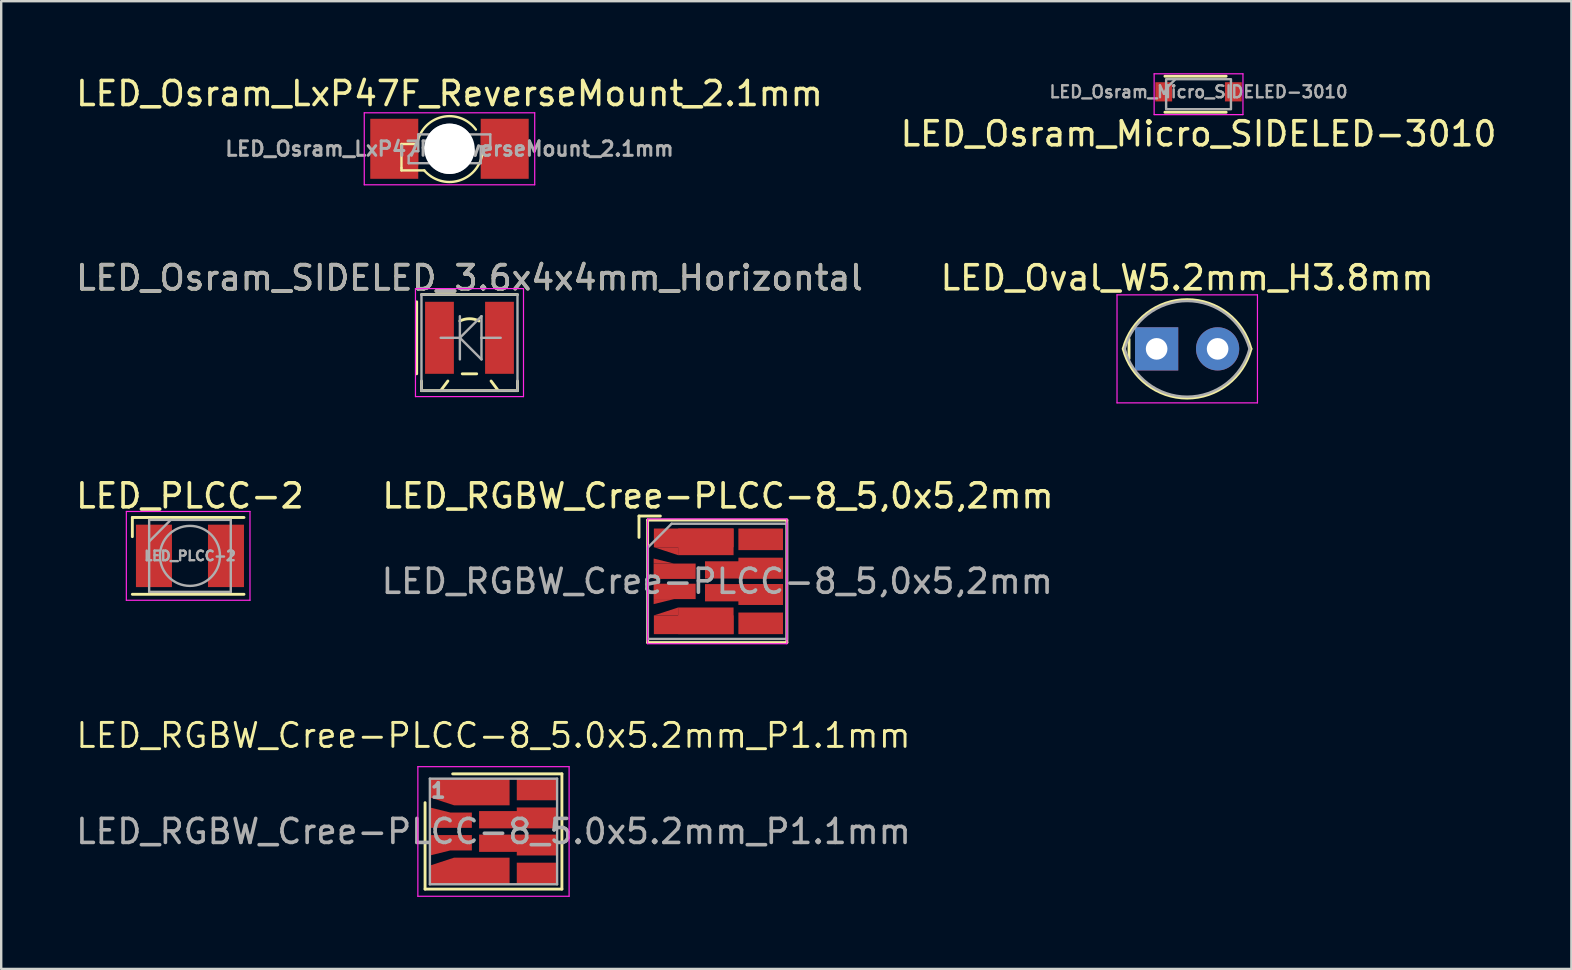
<source format=kicad_pcb>
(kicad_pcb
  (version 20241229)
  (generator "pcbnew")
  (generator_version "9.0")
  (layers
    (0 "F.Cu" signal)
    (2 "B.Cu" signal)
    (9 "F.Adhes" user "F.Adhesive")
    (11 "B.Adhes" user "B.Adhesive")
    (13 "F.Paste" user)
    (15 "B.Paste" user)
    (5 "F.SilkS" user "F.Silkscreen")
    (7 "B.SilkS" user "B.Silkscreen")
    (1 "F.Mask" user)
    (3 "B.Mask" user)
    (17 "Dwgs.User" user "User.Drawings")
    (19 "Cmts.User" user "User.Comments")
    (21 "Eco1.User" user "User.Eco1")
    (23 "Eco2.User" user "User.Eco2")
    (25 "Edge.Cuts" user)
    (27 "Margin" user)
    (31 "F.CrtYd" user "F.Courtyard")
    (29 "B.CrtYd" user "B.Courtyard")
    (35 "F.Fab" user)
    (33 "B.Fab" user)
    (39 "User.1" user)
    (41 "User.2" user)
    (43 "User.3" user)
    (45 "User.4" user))
  (footprint "LED_RGBW_Cree-PLCC-8_5.0x5.2mm_P1.1mm"
    (layer "F.Cu")
    (at 17.506 31.585)
    (property "Reference" "LED_RGBW_Cree-PLCC-8_5.0x5.2mm_P1.1mm" (at 0 -4 0) (layer "F.SilkS") (effects (font (size 1 1) (thickness 0.12))))
    (attr smd)
    (fp_line (start -2.85 2.4) (end -2.85 -1.2) (stroke (width 0.12) (type solid)) (layer "F.SilkS"))
    (fp_line (start -1.7 -2.4) (end 2.85 -2.4) (stroke (width 0.12) (type solid)) (layer "F.SilkS"))
    (fp_line (start 2.85 -2.4) (end 2.85 2.4) (stroke (width 0.12) (type solid)) (layer "F.SilkS"))
    (fp_line (start 2.85 2.4) (end -2.85 2.4) (stroke (width 0.12) (type solid)) (layer "F.SilkS"))
    (fp_line (start -3.15 -2.7) (end 3.15 -2.7) (stroke (width 0.05) (type solid)) (layer "F.CrtYd"))
    (fp_line (start -3.15 2.7) (end -3.15 -2.7) (stroke (width 0.05) (type solid)) (layer "F.CrtYd"))
    (fp_line (start 3.15 -2.7) (end 3.15 2.7) (stroke (width 0.05) (type solid)) (layer "F.CrtYd"))
    (fp_line (start 3.15 2.7) (end -3.15 2.7) (stroke (width 0.05) (type solid)) (layer "F.CrtYd"))
    (fp_line (start -2.65 -2.2) (end 2.65 -2.2) (stroke (width 0.1) (type solid)) (layer "F.Fab"))
    (fp_line (start -2.65 2.2) (end -2.65 -2.2) (stroke (width 0.1) (type solid)) (layer "F.Fab"))
    (fp_line (start 2.65 -2.2) (end 2.65 2.2) (stroke (width 0.1) (type solid)) (layer "F.Fab"))
    (fp_line (start 2.65 2.2) (end -2.65 2.2) (stroke (width 0.1) (type solid)) (layer "F.Fab"))
    (fp_text user "1" (at -2.3 -1.7 0) (layer "F.Fab") (effects (font (size 0.6 0.6) (thickness 0.15))))
    (fp_text user "${REFERENCE}" (at 0 0 0) (layer "F.Fab") (effects (font (size 1 1) (thickness 0.15))))
    (pad "1" smd custom (at -1.8 -1.75) (size 0.1 0.1) (layers "F.Cu" "F.Mask" "F.Paste") (options (anchor circle)) (primitives (gr_poly (pts (xy 2.47 -0.45) (xy 2.47 0.66) (xy 0.16 0.66) (xy -0.85 0.33) (xy -0.85 -0.45)) (width 0) (fill yes))))
    (pad "2" smd custom (at -1.8 -0.435) (size 0.1 0.1) (layers "F.Cu" "F.Mask" "F.Paste") (options (anchor circle)) (primitives (gr_poly (pts (xy -0.85 0.285) (xy 0.9 0.285) (xy 0.9 -0.355) (xy 0 -0.355) (xy -0.85 -0.565)) (width 0) (fill yes))))
    (pad "3" smd custom (at -1.8 0.435) (size 0.1 0.1) (layers "F.Cu" "F.Mask" "F.Paste") (options (anchor circle)) (primitives (gr_poly (pts (xy -0.85 -0.285) (xy -0.85 0.565) (xy 0 0.355) (xy 0.9 0.355) (xy 0.9 -0.285) (xy 0.9 0.355) (xy 0.9 -0.285)) (width 0) (fill yes))))
    (pad "4" smd custom (at -1.8 1.75) (size 0.1 0.1) (layers "F.Cu" "F.Mask" "F.Paste") (options (anchor circle)) (primitives (gr_poly (pts (xy 2.47 0.45) (xy 2.47 -0.66) (xy 0.16 -0.66) (xy -0.85 -0.33) (xy -0.85 0.45)) (width 0) (fill yes))))
    (pad "5" smd custom (at 1.8 1.75) (size 0.1 0.1) (layers "F.Cu" "F.Mask" "F.Paste") (options (anchor circle)) (primitives (gr_poly (pts (xy 0.85 -0.45) (xy 0.85 0.45) (xy -0.83 0.45) (xy -0.83 -0.45)) (width 0) (fill yes))))
    (pad "6" smd custom (at 1.8 0.435) (size 0.1 0.1) (layers "F.Cu" "F.Mask" "F.Paste") (options (anchor circle)) (primitives (gr_poly (pts (xy 0.85 -0.305) (xy 0.85 0.565) (xy -0.83 0.565) (xy -0.83 0.415) (xy -2.4 0.415) (xy -2.4 -0.305) (xy -2.4 0.415) (xy -2.4 -0.305)) (width 0) (fill yes))))
    (pad "7" smd custom (at 1.8 -0.435) (size 0.1 0.1) (layers "F.Cu" "F.Mask" "F.Paste") (options (anchor circle)) (primitives (gr_poly (pts (xy 0.85 0.305) (xy 0.85 -0.565) (xy -0.83 -0.565) (xy -0.83 -0.415) (xy -2.4 -0.415) (xy -2.4 0.305) (xy -2.4 -0.415) (xy -2.4 0.305)) (width 0) (fill yes))))
    (pad "8" smd custom (at 1.8 -1.75) (size 0.1 0.1) (layers "F.Cu" "F.Mask" "F.Paste") (options (anchor circle)) (primitives (gr_poly (pts (xy 0.85 -0.45) (xy 0.85 0.45) (xy -0.83 0.45) (xy -0.83 -0.45)) (width 0) (fill yes)))))
  (footprint "LED_Osram_SIDELED_3.6x4x4mm_Horizontal"
    (layer "F.Cu")
    (at 16.506 11.021)
    (property "Reference" "LED_Osram_SIDELED_3.6x4x4mm_Horizontal" (at 0 -2.5 0) (layer "F.SilkS") (effects (font (size 1 1) (thickness 0.15))))
    (attr smd)
    (fp_line (start -2.2 -1.5) (end -2.2 1.5) (stroke (width 0.12) (type solid)) (layer "F.SilkS"))
    (fp_line (start -2 -1.8) (end 2 -1.8) (stroke (width 0.12) (type solid)) (layer "F.SilkS"))
    (fp_line (start -2 1.8) (end -2 2.2) (stroke (width 0.12) (type solid)) (layer "F.SilkS"))
    (fp_line (start -2 2.2) (end 2 2.2) (stroke (width 0.12) (type solid)) (layer "F.SilkS"))
    (fp_line (start -1.2 2.2) (end -0.9 1.8) (stroke (width 0.12) (type solid)) (layer "F.SilkS"))
    (fp_line (start -0.3 1.5) (end 0.3 1.5) (stroke (width 0.12) (type solid)) (layer "F.SilkS"))
    (fp_line (start 1.2 2.2) (end 0.9 1.8) (stroke (width 0.12) (type solid)) (layer "F.SilkS"))
    (fp_line (start 2 1.8) (end 2 2.2) (stroke (width 0.12) (type solid)) (layer "F.SilkS"))
    (fp_arc (start -0.4 -0.699999) (mid 0 -0.794426) (end 0.399999 -0.699999) (stroke (width 0.12) (type solid)) (layer "F.SilkS"))
    (fp_line (start -2.25 -2.05) (end 2.25 -2.05) (stroke (width 0.05) (type solid)) (layer "F.CrtYd"))
    (fp_line (start -2.25 2.45) (end -2.25 -2.05) (stroke (width 0.05) (type solid)) (layer "F.CrtYd"))
    (fp_line (start 2.25 -2.05) (end 2.25 2.45) (stroke (width 0.05) (type solid)) (layer "F.CrtYd"))
    (fp_line (start 2.25 2.45) (end -2.25 2.45) (stroke (width 0.05) (type solid)) (layer "F.CrtYd"))
    (fp_line (start -2 -1.8) (end -2 2.2) (stroke (width 0.1) (type solid)) (layer "F.Fab"))
    (fp_line (start -2 2.2) (end 2 2.2) (stroke (width 0.1) (type solid)) (layer "F.Fab"))
    (fp_line (start -0.4 0) (end -1.2 0) (stroke (width 0.1) (type solid)) (layer "F.Fab"))
    (fp_line (start -0.4 0) (end 0.5 0.9) (stroke (width 0.1) (type solid)) (layer "F.Fab"))
    (fp_line (start -0.4 0.9) (end -0.4 -0.9) (stroke (width 0.1) (type solid)) (layer "F.Fab"))
    (fp_line (start 0.5 -0.9) (end -0.4 0) (stroke (width 0.1) (type solid)) (layer "F.Fab"))
    (fp_line (start 0.5 0) (end 0.5 -0.9) (stroke (width 0.1) (type solid)) (layer "F.Fab"))
    (fp_line (start 0.5 0) (end 1.3 0) (stroke (width 0.1) (type solid)) (layer "F.Fab"))
    (fp_line (start 0.5 0.9) (end 0.5 0) (stroke (width 0.1) (type solid)) (layer "F.Fab"))
    (fp_line (start 2 -1.8) (end -2 -1.8) (stroke (width 0.1) (type solid)) (layer "F.Fab"))
    (fp_line (start 2 2.2) (end 2 -1.8) (stroke (width 0.1) (type solid)) (layer "F.Fab"))
    (fp_text user "${REFERENCE}" (at 0 -2.5 0) (layer "F.Fab") (effects (font (size 1 1) (thickness 0.15))))
    (pad "1" smd rect (at -1.25 0) (size 1.2 3) (layers "F.Cu" "F.Mask" "F.Paste"))
    (pad "2" smd rect (at 1.25 0) (size 1.2 3) (layers "F.Cu" "F.Mask" "F.Paste")))
  (footprint "LED_Osram_LxP47F_ReverseMount_2.1mm"
    (layer "F.Cu")
    (at 15.673 3.148)
    (property "Reference" "LED_Osram_LxP47F_ReverseMount_2.1mm" (at 0 -2.3 0) (layer "F.SilkS") (effects (font (size 1 1) (thickness 0.15))))
    (attr smd)
    (fp_line (start -2 -0.2) (end -2 0.8) (stroke (width 0.1) (type solid)) (layer "F.SilkS"))
    (fp_line (start -2 0.8) (end -2 0.9) (stroke (width 0.1) (type solid)) (layer "F.SilkS"))
    (fp_line (start -2 0.9) (end -1.05 0.9) (stroke (width 0.1) (type solid)) (layer "F.SilkS"))
    (fp_line (start -1.35 -0.2) (end -2 -0.2) (stroke (width 0.1) (type solid)) (layer "F.SilkS"))
    (fp_arc (start -1.345385 -0.199838) (mid -0.324194 -1.320944) (end 1.099999 -0.799999) (stroke (width 0.1) (type solid)) (layer "F.SilkS"))
    (fp_arc (start 1.368001 0.202667) (mid 0.383209 1.328778) (end -1.05 0.9) (stroke (width 0.1) (type solid)) (layer "F.SilkS"))
    (fp_line (start -3.55 -1.5) (end 3.55 -1.5) (stroke (width 0.05) (type solid)) (layer "F.CrtYd"))
    (fp_line (start -3.55 1.5) (end -3.55 -1.5) (stroke (width 0.05) (type solid)) (layer "F.CrtYd"))
    (fp_line (start 3.55 -1.5) (end 3.55 1.5) (stroke (width 0.05) (type solid)) (layer "F.CrtYd"))
    (fp_line (start 3.55 1.5) (end -3.55 1.5) (stroke (width 0.05) (type solid)) (layer "F.CrtYd"))
    (fp_line (start -1.7 0.3) (end -1.7 0.6) (stroke (width 0.1) (type solid)) (layer "F.Fab"))
    (fp_line (start -1.7 0.3) (end -1.5 0.1) (stroke (width 0.1) (type solid)) (layer "F.Fab"))
    (fp_line (start -1.5 0.1) (end -1.3 0.1) (stroke (width 0.1) (type solid)) (layer "F.Fab"))
    (fp_line (start -1.3 -0.6) (end -0.8 -0.6) (stroke (width 0.1) (type solid)) (layer "F.Fab"))
    (fp_line (start -1.3 0.1) (end -1.3 -0.6) (stroke (width 0.1) (type solid)) (layer "F.Fab"))
    (fp_line (start -0.8 0.6) (end -1.7 0.6) (stroke (width 0.1) (type solid)) (layer "F.Fab"))
    (fp_line (start 0.8 -0.6) (end 1.7 -0.6) (stroke (width 0.1) (type solid)) (layer "F.Fab"))
    (fp_line (start 1.3 -0.1) (end 1.3 0.6) (stroke (width 0.1) (type solid)) (layer "F.Fab"))
    (fp_line (start 1.3 0.6) (end 0.8 0.6) (stroke (width 0.1) (type solid)) (layer "F.Fab"))
    (fp_line (start 1.7 -0.6) (end 1.7 -0.1) (stroke (width 0.1) (type solid)) (layer "F.Fab"))
    (fp_line (start 1.7 -0.1) (end 1.3 -0.1) (stroke (width 0.1) (type solid)) (layer "F.Fab"))
    (fp_arc (start -0.8 -0.599999) (mid -0.000001 -0.999999) (end 0.799999 -0.6) (stroke (width 0.1) (type solid)) (layer "F.Fab"))
    (fp_arc (start 0.8 0.6) (mid 0 1) (end -0.8 0.6) (stroke (width 0.1) (type solid)) (layer "F.Fab"))
    (fp_text user "${REFERENCE}" (at 0 0 0) (layer "F.Fab") (effects (font (size 0.6 0.6) (thickness 0.125))))
    (pad "" np_thru_hole circle (at 0 0) (size 2.1 2.1) (drill 2.1) (layers "*.Cu" "*.Mask"))
    (pad "1" smd rect (at -2.3 0) (size 2 2.5) (layers "F.Cu"))
    (pad "1" smd rect (at -1.55 0.35) (size 0.5 0.7) (layers "F.Cu" "F.Mask" "F.Paste"))
    (pad "2" smd rect (at 1.55 -0.35) (size 0.5 0.7) (layers "F.Cu" "F.Mask" "F.Paste"))
    (pad "2" smd rect (at 2.3 0) (size 2 2.5) (layers "F.Cu")))
  (footprint "LED_Osram_Micro_SIDELED-3010"
    (layer "F.Cu")
    (at 46.875 0.775)
    (property "Reference" "LED_Osram_Micro_SIDELED-3010" (at 0 1.75 0) (layer "F.SilkS") (effects (font (size 1 1) (thickness 0.15))))
    (attr smd)
    (fp_line (start -1.4 0.85) (end 1.15 0.85) (stroke (width 0.12) (type solid)) (layer "F.SilkS"))
    (fp_line (start 1.15 -0.65) (end -1.4 -0.65) (stroke (width 0.12) (type solid)) (layer "F.SilkS"))
    (fp_line (start -1.85 -0.75) (end 1.85 -0.75) (stroke (width 0.05) (type solid)) (layer "F.CrtYd"))
    (fp_line (start -1.85 0.95) (end -1.85 -0.75) (stroke (width 0.05) (type solid)) (layer "F.CrtYd"))
    (fp_line (start 1.85 -0.75) (end 1.85 0.95) (stroke (width 0.05) (type solid)) (layer "F.CrtYd"))
    (fp_line (start 1.85 0.95) (end -1.85 0.95) (stroke (width 0.05) (type solid)) (layer "F.CrtYd"))
    (fp_line (start -1.35 -0.525) (end 1.35 -0.525) (stroke (width 0.1) (type solid)) (layer "F.Fab"))
    (fp_line (start -1.35 -0.14) (end -0.97 -0.52) (stroke (width 0.1) (type solid)) (layer "F.Fab"))
    (fp_line (start -1.35 0.7) (end -1.35 -0.5) (stroke (width 0.1) (type solid)) (layer "F.Fab"))
    (fp_line (start 1.35 -0.5) (end 1.35 0.7) (stroke (width 0.1) (type solid)) (layer "F.Fab"))
    (fp_line (start 1.35 0.725) (end -1.35 0.725) (stroke (width 0.1) (type solid)) (layer "F.Fab"))
    (fp_text user "${REFERENCE}" (at 0 0 0) (layer "F.Fab") (effects (font (size 0.5 0.5) (thickness 0.1))))
    (pad "1" smd rect (at -1.45 0 180) (size 0.7 0.8) (layers "F.Cu" "F.Mask" "F.Paste"))
    (pad "2" smd rect (at 1.45 0 180) (size 0.7 0.8) (layers "F.Cu" "F.Mask" "F.Paste")))
  (footprint "LED_RGBW_Cree-PLCC-8_5,0x5,2mm"
    (layer "F.Cu")
    (at 26.827 21.165)
    (property "Reference" "LED_RGBW_Cree-PLCC-8_5,0x5,2mm" (at 0.03 -3.56 0) (layer "F.SilkS") (effects (font (size 1 1) (thickness 0.15))))
    (attr smd)
    (fp_poly (pts (xy -2.65 0.74) (xy -2.65 0.95) (xy -1.8 0.74)) (stroke (width 0.00001) (type solid)) (fill yes) (layer "F.Cu"))
    (fp_poly (pts (xy -1.8 -0.74) (xy -2.65 -0.95) (xy -2.65 -0.74)) (stroke (width 0.00001) (type solid)) (fill yes) (layer "F.Cu"))
    (fp_poly (pts (xy -1.63 -1.42) (xy -1.63 -1.09) (xy -2.64 -1.42)) (stroke (width 0.00001) (type solid)) (fill yes) (layer "F.Cu"))
    (fp_poly (pts (xy -1.63 1.09) (xy -1.63 1.42) (xy -2.64 1.42)) (stroke (width 0.00001) (type solid)) (fill yes) (layer "F.Cu"))
    (fp_poly (pts (xy 0.68 -2.2) (xy -1.63 -2.2) (xy -1.63 -1.09) (xy 0.68 -1.09)) (stroke (width 0.00001) (type solid)) (fill yes) (layer "F.Cu"))
    (fp_poly (pts (xy 0.68 1.09) (xy -1.63 1.09) (xy -1.63 2.2) (xy 0.68 2.2)) (stroke (width 0.00001) (type solid)) (fill yes) (layer "F.Cu"))
    (fp_poly (pts (xy 2.74 -0.985) (xy 2.74 -0.115) (xy 0.88 -0.115) (xy 0.88 -0.985)) (stroke (width 0.00001) (type solid)) (fill yes) (layer "F.Cu"))
    (fp_poly (pts (xy 2.74 0.115) (xy 2.74 0.985) (xy 0.88 0.985) (xy 0.88 0.115)) (stroke (width 0.00001) (type solid)) (fill yes) (layer "F.Cu"))
    (fp_poly (pts (xy -2.65 0.74) (xy -2.65 0.95) (xy -1.8 0.74)) (stroke (width 0.00001) (type solid)) (fill yes) (layer "F.Mask"))
    (fp_poly (pts (xy -1.8 -0.74) (xy -2.65 -0.95) (xy -2.65 -0.74)) (stroke (width 0.00001) (type solid)) (fill yes) (layer "F.Mask"))
    (fp_poly (pts (xy -1.63 -1.42) (xy -1.63 -1.09) (xy -2.64 -1.42)) (stroke (width 0.00001) (type solid)) (fill yes) (layer "F.Mask"))
    (fp_poly (pts (xy -1.63 1.09) (xy -1.63 1.42) (xy -2.64 1.42)) (stroke (width 0.00001) (type solid)) (fill yes) (layer "F.Mask"))
    (fp_poly (pts (xy 0.68 -2.2) (xy -1.63 -2.2) (xy -1.63 -1.09) (xy 0.68 -1.09)) (stroke (width 0.00001) (type solid)) (fill yes) (layer "F.Mask"))
    (fp_poly (pts (xy 0.68 1.09) (xy -1.63 1.09) (xy -1.63 2.2) (xy 0.68 2.2)) (stroke (width 0.00001) (type solid)) (fill yes) (layer "F.Mask"))
    (fp_poly (pts (xy 2.74 -0.985) (xy 2.74 -0.115) (xy 0.88 -0.115) (xy 0.88 -0.985)) (stroke (width 0.00001) (type solid)) (fill yes) (layer "F.Mask"))
    (fp_poly (pts (xy 2.74 0.115) (xy 2.74 0.985) (xy 0.88 0.985) (xy 0.88 0.115)) (stroke (width 0.00001) (type solid)) (fill yes) (layer "F.Mask"))
    (fp_line (start -3.26 -2.72) (end -3.26 -1.83) (stroke (width 0.12) (type solid)) (layer "F.SilkS"))
    (fp_line (start -3.26 -2.72) (end -2.37 -2.72) (stroke (width 0.12) (type solid)) (layer "F.SilkS"))
    (fp_line (start -2.9 -2.55) (end 2.9 -2.55) (stroke (width 0.12) (type solid)) (layer "F.SilkS"))
    (fp_line (start -2.9 2.55) (end -2.9 -2.55) (stroke (width 0.12) (type solid)) (layer "F.SilkS"))
    (fp_line (start 2.9 -2.55) (end 2.9 2.55) (stroke (width 0.12) (type solid)) (layer "F.SilkS"))
    (fp_line (start 2.9 2.55) (end -2.9 2.55) (stroke (width 0.12) (type solid)) (layer "F.SilkS"))
    (fp_poly (pts (xy -2.65 0.74) (xy -2.65 0.95) (xy -1.8 0.74)) (stroke (width 0.00001) (type solid)) (fill yes) (layer "F.Paste"))
    (fp_poly (pts (xy -1.8 -0.74) (xy -2.65 -0.95) (xy -2.65 -0.74)) (stroke (width 0.00001) (type solid)) (fill yes) (layer "F.Paste"))
    (fp_poly (pts (xy -1.63 -1.42) (xy -1.63 -1.09) (xy -2.64 -1.42)) (stroke (width 0.00001) (type solid)) (fill yes) (layer "F.Paste"))
    (fp_poly (pts (xy -1.63 1.09) (xy -1.63 1.42) (xy -2.64 1.42)) (stroke (width 0.00001) (type solid)) (fill yes) (layer "F.Paste"))
    (fp_poly (pts (xy 0.68 -2.2) (xy -1.63 -2.2) (xy -1.63 -1.09) (xy 0.68 -1.09)) (stroke (width 0.00001) (type solid)) (fill yes) (layer "F.Paste"))
    (fp_poly (pts (xy 0.68 1.09) (xy -1.63 1.09) (xy -1.63 2.2) (xy 0.68 2.2)) (stroke (width 0.00001) (type solid)) (fill yes) (layer "F.Paste"))
    (fp_poly (pts (xy 2.74 -0.985) (xy 2.74 -0.115) (xy 0.88 -0.115) (xy 0.88 -0.985)) (stroke (width 0.00001) (type solid)) (fill yes) (layer "F.Paste"))
    (fp_poly (pts (xy 2.74 0.115) (xy 2.74 0.985) (xy 0.88 0.985) (xy 0.88 0.115)) (stroke (width 0.00001) (type solid)) (fill yes) (layer "F.Paste"))
    (fp_line (start -2.9 -2.6) (end 2.9 -2.6) (stroke (width 0.05) (type solid)) (layer "F.CrtYd"))
    (fp_line (start -2.9 2.6) (end -2.9 -2.6) (stroke (width 0.05) (type solid)) (layer "F.CrtYd"))
    (fp_line (start 2.9 -2.6) (end 2.9 2.6) (stroke (width 0.05) (type solid)) (layer "F.CrtYd"))
    (fp_line (start 2.9 2.6) (end -2.9 2.6) (stroke (width 0.05) (type solid)) (layer "F.CrtYd"))
    (fp_line (start -2.9 2.4) (end -2.9 -1.4) (stroke (width 0.1) (type solid)) (layer "F.Fab"))
    (fp_line (start -1.9 -2.4) (end -2.9 -1.4) (stroke (width 0.1) (type solid)) (layer "F.Fab"))
    (fp_line (start -1.9 -2.4) (end 2.9 -2.4) (stroke (width 0.1) (type solid)) (layer "F.Fab"))
    (fp_line (start 2.9 -2.4) (end 2.9 2.4) (stroke (width 0.1) (type solid)) (layer "F.Fab"))
    (fp_line (start 2.9 2.4) (end -2.9 2.4) (stroke (width 0.1) (type solid)) (layer "F.Fab"))
    (fp_text user "${REFERENCE}" (at 0 0 0) (layer "F.Fab") (effects (font (size 1 1) (thickness 0.15))))
    (pad "1" smd rect (at -0.98 -1.81) (size 3.32 0.78) (layers "F.Cu" "F.Mask" "F.Paste"))
    (pad "2" smd rect (at -1.775 -0.42) (size 1.75 0.64) (layers "F.Cu" "F.Mask" "F.Paste"))
    (pad "3" smd rect (at -1.775 0.42) (size 1.75 0.64) (layers "F.Cu" "F.Mask" "F.Paste"))
    (pad "4" smd rect (at -0.98 1.81) (size 3.32 0.78) (layers "F.Cu" "F.Mask" "F.Paste"))
    (pad "5" smd rect (at 1.81 1.75) (size 1.86 0.9) (layers "F.Cu" "F.Mask" "F.Paste"))
    (pad "6" smd rect (at 1.115 0.475) (size 3.25 0.72) (layers "F.Cu" "F.Mask" "F.Paste"))
    (pad "7" smd rect (at 1.115 -0.475) (size 3.25 0.72) (layers "F.Cu" "F.Mask" "F.Paste"))
    (pad "8" smd rect (at 1.81 -1.75) (size 1.86 0.9) (layers "F.Cu" "F.Mask" "F.Paste")))
  (footprint "LED_PLCC-2"
    (layer "F.Cu")
    (at 4.863 20.105)
    (property "Reference" "LED_PLCC-2" (at 0 -2.5 0) (layer "F.SilkS") (effects (font (size 1 1) (thickness 0.15))))
    (attr smd)
    (fp_line (start -2.4 -1.6) (end -2.4 -0.8) (stroke (width 0.12) (type solid)) (layer "F.SilkS"))
    (fp_line (start 2.25 -1.6) (end -2.4 -1.6) (stroke (width 0.12) (type solid)) (layer "F.SilkS"))
    (fp_line (start 2.25 1.6) (end -2.4 1.6) (stroke (width 0.12) (type solid)) (layer "F.SilkS"))
    (fp_line (start -2.65 -1.85) (end 2.5 -1.85) (stroke (width 0.05) (type solid)) (layer "F.CrtYd"))
    (fp_line (start -2.65 1.85) (end -2.65 -1.85) (stroke (width 0.05) (type solid)) (layer "F.CrtYd"))
    (fp_line (start 2.5 -1.85) (end 2.5 1.85) (stroke (width 0.05) (type solid)) (layer "F.CrtYd"))
    (fp_line (start 2.5 1.85) (end -2.65 1.85) (stroke (width 0.05) (type solid)) (layer "F.CrtYd"))
    (fp_line (start -1.7 -1.5) (end -1.7 1.5) (stroke (width 0.1) (type solid)) (layer "F.Fab"))
    (fp_line (start -1.7 -0.6) (end -0.8 -1.5) (stroke (width 0.1) (type solid)) (layer "F.Fab"))
    (fp_line (start -1.7 1.5) (end 1.7 1.5) (stroke (width 0.1) (type solid)) (layer "F.Fab"))
    (fp_line (start 1.7 -1.5) (end -1.7 -1.5) (stroke (width 0.1) (type solid)) (layer "F.Fab"))
    (fp_line (start 1.7 1.5) (end 1.7 -1.5) (stroke (width 0.1) (type solid)) (layer "F.Fab"))
    (fp_circle (center 0 0) (end 0 -1.25) (stroke (width 0.1) (type solid)) (fill no) (layer "F.Fab"))
    (fp_text user "${REFERENCE}" (at 0 0 0) (layer "F.Fab") (effects (font (size 0.4 0.4) (thickness 0.1))))
    (pad "1" smd rect (at -1.5 0) (size 1.5 2.6) (layers "F.Cu" "F.Mask" "F.Paste"))
    (pad "2" smd rect (at 1.5 0) (size 1.5 2.6) (layers "F.Cu" "F.Mask" "F.Paste")))
  (footprint "LED_Oval_W5.2mm_H3.8mm"
    (layer "F.Cu")
    (at 45.129 11.482)
    (property "Reference" "LED_Oval_W5.2mm_H3.8mm" (at 1.27 -2.96 0) (layer "F.SilkS") (effects (font (size 1 1) (thickness 0.15))))
    (attr through_hole)
    (fp_line (start -1.15 -0.405) (end -1.15 0.405) (stroke (width 0.12) (type solid)) (layer "F.SilkS"))
    (fp_arc (start -1.39 0) (mid 1.269691 -2.050564) (end 3.929843 -0.000598) (stroke (width 0.12) (type solid)) (layer "F.SilkS"))
    (fp_arc (start 3.929843 0.000598) (mid 1.269691 2.050564) (end -1.39 0) (stroke (width 0.12) (type solid)) (layer "F.SilkS"))
    (fp_line (start -1.65 -2.25) (end -1.65 2.25) (stroke (width 0.05) (type solid)) (layer "F.CrtYd"))
    (fp_line (start -1.65 2.25) (end 4.2 2.25) (stroke (width 0.05) (type solid)) (layer "F.CrtYd"))
    (fp_line (start 4.2 -2.25) (end -1.65 -2.25) (stroke (width 0.05) (type solid)) (layer "F.CrtYd"))
    (fp_line (start 4.2 2.25) (end 4.2 -2.25) (stroke (width 0.05) (type solid)) (layer "F.CrtYd"))
    (fp_arc (start -1.33 0) (mid 1.270869 -1.992582) (end 3.870451 0.001678) (stroke (width 0.1) (type solid)) (layer "F.Fab"))
    (fp_arc (start 3.870451 -0.001678) (mid 1.270869 1.992582) (end -1.33 0) (stroke (width 0.1) (type solid)) (layer "F.Fab"))
    (pad "1" thru_hole rect (at 0 0) (size 1.8 1.8) (drill 0.9) (layers "*.Cu" "*.Mask"))
    (pad "2" thru_hole circle (at 2.54 0) (size 1.8 1.8) (drill 0.9) (layers "*.Cu" "*.Mask")))
  (gr_rect
    (start -3 -3)
    (end 62.405 37.31)
    (stroke (width 0.1) (type default))
    (fill no)
    (layer "Edge.Cuts")))
</source>
